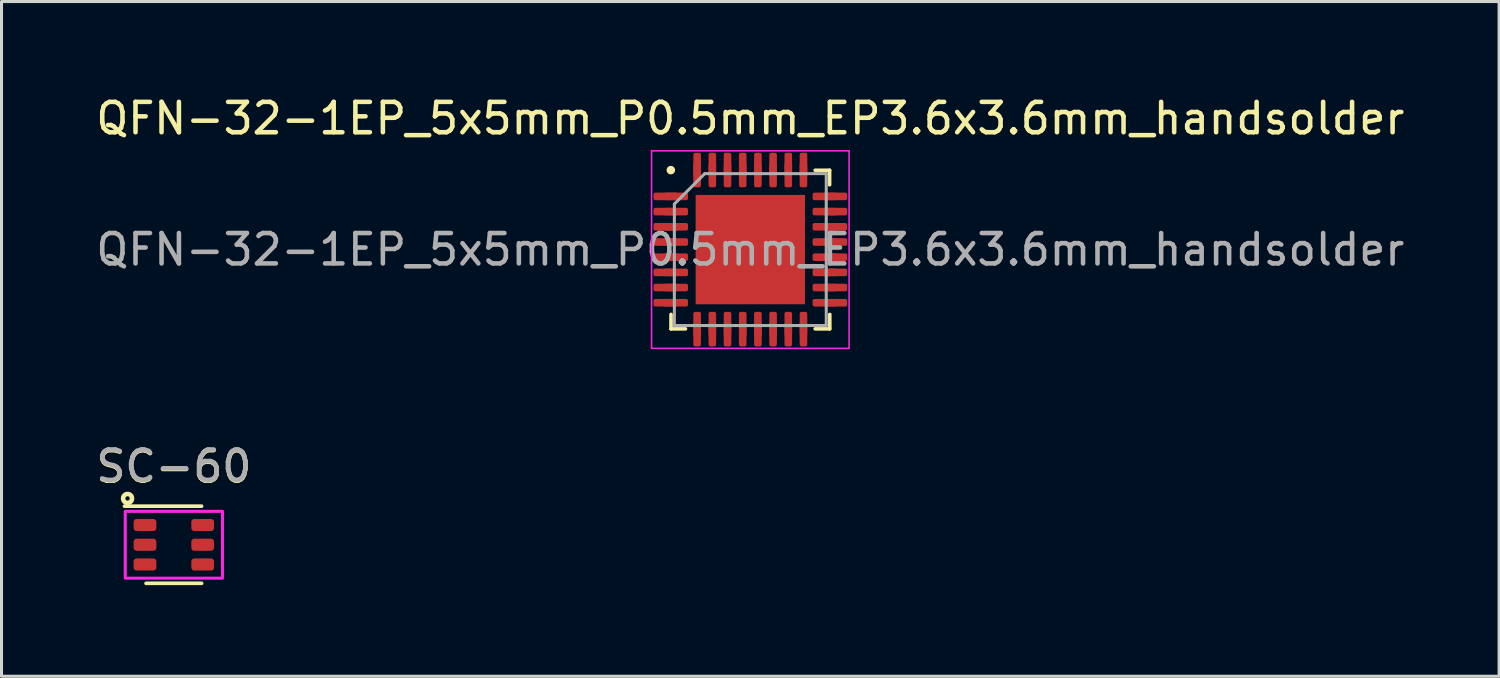
<source format=kicad_pcb>
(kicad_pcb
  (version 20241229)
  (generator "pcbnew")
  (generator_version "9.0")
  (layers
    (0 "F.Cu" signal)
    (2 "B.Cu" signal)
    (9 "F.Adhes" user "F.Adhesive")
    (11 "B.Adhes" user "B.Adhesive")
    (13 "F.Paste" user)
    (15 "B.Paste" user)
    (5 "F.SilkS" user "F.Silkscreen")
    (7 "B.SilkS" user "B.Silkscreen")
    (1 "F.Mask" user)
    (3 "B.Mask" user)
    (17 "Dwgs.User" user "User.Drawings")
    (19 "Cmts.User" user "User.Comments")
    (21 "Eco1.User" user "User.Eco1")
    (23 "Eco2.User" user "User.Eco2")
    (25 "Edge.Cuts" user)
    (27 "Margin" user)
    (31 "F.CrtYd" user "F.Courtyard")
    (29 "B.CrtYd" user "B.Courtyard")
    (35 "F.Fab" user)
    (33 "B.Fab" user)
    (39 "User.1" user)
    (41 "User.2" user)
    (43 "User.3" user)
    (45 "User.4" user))
  (footprint "QFN-32-1EP_5x5mm_P0.5mm_EP3.6x3.6mm_handsolder"
    (layer "F.Cu")
    (at 21.649 5.166)
    (property "Reference" "QFN-32-1EP_5x5mm_P0.5mm_EP3.6x3.6mm_handsolder" (at 0 -4.318 0) (layer "F.SilkS") (effects (font (size 1 1) (thickness 0.15))))
    (attr smd)
    (fp_line (start -2.61 2.61) (end -2.61 2.135) (stroke (width 0.12) (type solid)) (layer "F.SilkS"))
    (fp_line (start -2.135 2.61) (end -2.61 2.61) (stroke (width 0.12) (type solid)) (layer "F.SilkS"))
    (fp_line (start 2.135 -2.61) (end 2.61 -2.61) (stroke (width 0.12) (type solid)) (layer "F.SilkS"))
    (fp_line (start 2.135 2.61) (end 2.61 2.61) (stroke (width 0.12) (type solid)) (layer "F.SilkS"))
    (fp_line (start 2.61 -2.61) (end 2.61 -2.135) (stroke (width 0.12) (type solid)) (layer "F.SilkS"))
    (fp_line (start 2.616 2.61) (end 2.616 2.135) (stroke (width 0.12) (type solid)) (layer "F.SilkS"))
    (fp_circle (center -2.616 -2.616) (end -2.54 -2.591) (stroke (width 0.12) (type solid)) (fill yes) (layer "F.SilkS"))
    (fp_line (start -3.251 -3.251) (end -3.251 3.251) (stroke (width 0.05) (type solid)) (layer "F.CrtYd"))
    (fp_line (start -3.251 3.251) (end 3.251 3.251) (stroke (width 0.05) (type solid)) (layer "F.CrtYd"))
    (fp_line (start 3.251 -3.251) (end -3.251 -3.251) (stroke (width 0.05) (type solid)) (layer "F.CrtYd"))
    (fp_line (start 3.251 3.251) (end 3.251 -3.251) (stroke (width 0.05) (type solid)) (layer "F.CrtYd"))
    (fp_line (start -2.5 -1.5) (end -1.5 -2.5) (stroke (width 0.1) (type solid)) (layer "F.Fab"))
    (fp_line (start -2.5 2.5) (end -2.5 -1.5) (stroke (width 0.1) (type solid)) (layer "F.Fab"))
    (fp_line (start -1.5 -2.5) (end 2.5 -2.5) (stroke (width 0.1) (type solid)) (layer "F.Fab"))
    (fp_line (start 2.5 -2.5) (end 2.5 2.5) (stroke (width 0.1) (type solid)) (layer "F.Fab"))
    (fp_line (start 2.5 2.5) (end -2.5 2.5) (stroke (width 0.1) (type solid)) (layer "F.Fab"))
    (fp_text user "${REFERENCE}" (at 0 0 0) (layer "F.Fab") (effects (font (size 1 1) (thickness 0.15))))
    (pad "" smd roundrect (at -1.2 -1.2) (size 0.97 0.97) (layers "F.Paste") (roundrect_rratio 0.25))
    (pad "" smd roundrect (at -1.2 0) (size 0.97 0.97) (layers "F.Paste") (roundrect_rratio 0.25))
    (pad "" smd roundrect (at -1.2 1.2) (size 0.97 0.97) (layers "F.Paste") (roundrect_rratio 0.25))
    (pad "" smd roundrect (at 0 -1.2) (size 0.97 0.97) (layers "F.Paste") (roundrect_rratio 0.25))
    (pad "" smd roundrect (at 0 0) (size 0.97 0.97) (layers "F.Paste") (roundrect_rratio 0.25))
    (pad "" smd roundrect (at 0 1.2) (size 0.97 0.97) (layers "F.Paste") (roundrect_rratio 0.25))
    (pad "" smd roundrect (at 1.2 -1.2) (size 0.97 0.97) (layers "F.Paste") (roundrect_rratio 0.25))
    (pad "" smd roundrect (at 1.2 0) (size 0.97 0.97) (layers "F.Paste") (roundrect_rratio 0.25))
    (pad "" smd roundrect (at 1.2 1.2) (size 0.97 0.97) (layers "F.Paste") (roundrect_rratio 0.25))
    (pad "1" smd roundrect (at -2.788 -1.75) (size 0.8 0.25) (layers "F.Cu" "F.Mask" "F.Paste") (roundrect_rratio 0.25))
    (pad "1" smd roundrect (at -2.45 -1.75) (size 0.8 0.25) (layers "F.Cu" "F.Mask" "F.Paste") (roundrect_rratio 0.25))
    (pad "2" smd roundrect (at -2.788 -1.25) (size 0.8 0.25) (layers "F.Cu" "F.Mask" "F.Paste") (roundrect_rratio 0.25))
    (pad "2" smd roundrect (at -2.45 -1.25) (size 0.8 0.25) (layers "F.Cu" "F.Mask" "F.Paste") (roundrect_rratio 0.25))
    (pad "3" smd roundrect (at -2.788 -0.75) (size 0.8 0.25) (layers "F.Cu" "F.Mask" "F.Paste") (roundrect_rratio 0.25))
    (pad "3" smd roundrect (at -2.45 -0.75) (size 0.8 0.25) (layers "F.Cu" "F.Mask" "F.Paste") (roundrect_rratio 0.25))
    (pad "4" smd roundrect (at -2.788 -0.25) (size 0.8 0.25) (layers "F.Cu" "F.Mask" "F.Paste") (roundrect_rratio 0.25))
    (pad "4" smd roundrect (at -2.45 -0.25) (size 0.8 0.25) (layers "F.Cu" "F.Mask" "F.Paste") (roundrect_rratio 0.25))
    (pad "5" smd roundrect (at -2.788 0.25) (size 0.8 0.25) (layers "F.Cu" "F.Mask" "F.Paste") (roundrect_rratio 0.25))
    (pad "5" smd roundrect (at -2.45 0.25) (size 0.8 0.25) (layers "F.Cu" "F.Mask" "F.Paste") (roundrect_rratio 0.25))
    (pad "6" smd roundrect (at -2.788 0.75) (size 0.8 0.25) (layers "F.Cu" "F.Mask" "F.Paste") (roundrect_rratio 0.25))
    (pad "6" smd roundrect (at -2.45 0.75) (size 0.8 0.25) (layers "F.Cu" "F.Mask" "F.Paste") (roundrect_rratio 0.25))
    (pad "7" smd roundrect (at -2.788 1.25) (size 0.8 0.25) (layers "F.Cu" "F.Mask" "F.Paste") (roundrect_rratio 0.25))
    (pad "7" smd roundrect (at -2.45 1.25) (size 0.8 0.25) (layers "F.Cu" "F.Mask" "F.Paste") (roundrect_rratio 0.25))
    (pad "8" smd roundrect (at -2.788 1.75) (size 0.8 0.25) (layers "F.Cu" "F.Mask" "F.Paste") (roundrect_rratio 0.25))
    (pad "8" smd roundrect (at -2.45 1.75) (size 0.8 0.25) (layers "F.Cu" "F.Mask" "F.Paste") (roundrect_rratio 0.25))
    (pad "9" smd roundrect (at -1.75 2.45) (size 0.25 0.8) (layers "F.Cu" "F.Mask" "F.Paste") (roundrect_rratio 0.25))
    (pad "9" smd roundrect (at -1.75 2.788) (size 0.25 0.8) (layers "F.Cu" "F.Mask" "F.Paste") (roundrect_rratio 0.25))
    (pad "10" smd roundrect (at -1.25 2.45) (size 0.25 0.8) (layers "F.Cu" "F.Mask" "F.Paste") (roundrect_rratio 0.25))
    (pad "10" smd roundrect (at -1.25 2.788) (size 0.25 0.8) (layers "F.Cu" "F.Mask" "F.Paste") (roundrect_rratio 0.25))
    (pad "11" smd roundrect (at -0.75 2.45) (size 0.25 0.8) (layers "F.Cu" "F.Mask" "F.Paste") (roundrect_rratio 0.25))
    (pad "11" smd roundrect (at -0.75 2.788) (size 0.25 0.8) (layers "F.Cu" "F.Mask" "F.Paste") (roundrect_rratio 0.25))
    (pad "12" smd roundrect (at -0.25 2.45) (size 0.25 0.8) (layers "F.Cu" "F.Mask" "F.Paste") (roundrect_rratio 0.25))
    (pad "12" smd roundrect (at -0.25 2.788) (size 0.25 0.8) (layers "F.Cu" "F.Mask" "F.Paste") (roundrect_rratio 0.25))
    (pad "13" smd roundrect (at 0.25 2.45) (size 0.25 0.8) (layers "F.Cu" "F.Mask" "F.Paste") (roundrect_rratio 0.25))
    (pad "13" smd roundrect (at 0.25 2.788) (size 0.25 0.8) (layers "F.Cu" "F.Mask" "F.Paste") (roundrect_rratio 0.25))
    (pad "14" smd roundrect (at 0.75 2.45) (size 0.25 0.8) (layers "F.Cu" "F.Mask" "F.Paste") (roundrect_rratio 0.25))
    (pad "14" smd roundrect (at 0.75 2.788) (size 0.25 0.8) (layers "F.Cu" "F.Mask" "F.Paste") (roundrect_rratio 0.25))
    (pad "15" smd roundrect (at 1.25 2.45) (size 0.25 0.8) (layers "F.Cu" "F.Mask" "F.Paste") (roundrect_rratio 0.25))
    (pad "15" smd roundrect (at 1.25 2.788) (size 0.25 0.8) (layers "F.Cu" "F.Mask" "F.Paste") (roundrect_rratio 0.25))
    (pad "16" smd roundrect (at 1.75 2.45) (size 0.25 0.8) (layers "F.Cu" "F.Mask" "F.Paste") (roundrect_rratio 0.25))
    (pad "16" smd roundrect (at 1.75 2.788) (size 0.25 0.8) (layers "F.Cu" "F.Mask" "F.Paste") (roundrect_rratio 0.25))
    (pad "17" smd roundrect (at 2.45 1.75) (size 0.8 0.25) (layers "F.Cu" "F.Mask" "F.Paste") (roundrect_rratio 0.25))
    (pad "17" smd roundrect (at 2.788 1.75) (size 0.8 0.25) (layers "F.Cu" "F.Mask" "F.Paste") (roundrect_rratio 0.25))
    (pad "18" smd roundrect (at 2.45 1.25) (size 0.8 0.25) (layers "F.Cu" "F.Mask" "F.Paste") (roundrect_rratio 0.25))
    (pad "18" smd roundrect (at 2.788 1.25) (size 0.8 0.25) (layers "F.Cu" "F.Mask" "F.Paste") (roundrect_rratio 0.25))
    (pad "19" smd roundrect (at 2.45 0.75) (size 0.8 0.25) (layers "F.Cu" "F.Mask" "F.Paste") (roundrect_rratio 0.25))
    (pad "19" smd roundrect (at 2.788 0.75) (size 0.8 0.25) (layers "F.Cu" "F.Mask" "F.Paste") (roundrect_rratio 0.25))
    (pad "20" smd roundrect (at 2.45 0.25) (size 0.8 0.25) (layers "F.Cu" "F.Mask" "F.Paste") (roundrect_rratio 0.25))
    (pad "20" smd roundrect (at 2.788 0.25) (size 0.8 0.25) (layers "F.Cu" "F.Mask" "F.Paste") (roundrect_rratio 0.25))
    (pad "21" smd roundrect (at 2.45 -0.25) (size 0.8 0.25) (layers "F.Cu" "F.Mask" "F.Paste") (roundrect_rratio 0.25))
    (pad "21" smd roundrect (at 2.788 -0.25) (size 0.8 0.25) (layers "F.Cu" "F.Mask" "F.Paste") (roundrect_rratio 0.25))
    (pad "22" smd roundrect (at 2.45 -0.75) (size 0.8 0.25) (layers "F.Cu" "F.Mask" "F.Paste") (roundrect_rratio 0.25))
    (pad "22" smd roundrect (at 2.788 -0.75) (size 0.8 0.25) (layers "F.Cu" "F.Mask" "F.Paste") (roundrect_rratio 0.25))
    (pad "23" smd roundrect (at 2.45 -1.25) (size 0.8 0.25) (layers "F.Cu" "F.Mask" "F.Paste") (roundrect_rratio 0.25))
    (pad "23" smd roundrect (at 2.788 -1.25) (size 0.8 0.25) (layers "F.Cu" "F.Mask" "F.Paste") (roundrect_rratio 0.25))
    (pad "24" smd roundrect (at 2.45 -1.75) (size 0.8 0.25) (layers "F.Cu" "F.Mask" "F.Paste") (roundrect_rratio 0.25))
    (pad "24" smd roundrect (at 2.788 -1.75) (size 0.8 0.25) (layers "F.Cu" "F.Mask" "F.Paste") (roundrect_rratio 0.25))
    (pad "25" smd roundrect (at 1.75 -2.788) (size 0.25 0.8) (layers "F.Cu" "F.Mask" "F.Paste") (roundrect_rratio 0.25))
    (pad "25" smd roundrect (at 1.75 -2.45) (size 0.25 0.8) (layers "F.Cu" "F.Mask" "F.Paste") (roundrect_rratio 0.25))
    (pad "26" smd roundrect (at 1.25 -2.788) (size 0.25 0.8) (layers "F.Cu" "F.Mask" "F.Paste") (roundrect_rratio 0.25))
    (pad "26" smd roundrect (at 1.25 -2.45) (size 0.25 0.8) (layers "F.Cu" "F.Mask" "F.Paste") (roundrect_rratio 0.25))
    (pad "27" smd roundrect (at 0.75 -2.788) (size 0.25 0.8) (layers "F.Cu" "F.Mask" "F.Paste") (roundrect_rratio 0.25))
    (pad "27" smd roundrect (at 0.75 -2.45) (size 0.25 0.8) (layers "F.Cu" "F.Mask" "F.Paste") (roundrect_rratio 0.25))
    (pad "28" smd roundrect (at 0.25 -2.788) (size 0.25 0.8) (layers "F.Cu" "F.Mask" "F.Paste") (roundrect_rratio 0.25))
    (pad "28" smd roundrect (at 0.25 -2.45) (size 0.25 0.8) (layers "F.Cu" "F.Mask" "F.Paste") (roundrect_rratio 0.25))
    (pad "29" smd roundrect (at -0.25 -2.788) (size 0.25 0.8) (layers "F.Cu" "F.Mask" "F.Paste") (roundrect_rratio 0.25))
    (pad "29" smd roundrect (at -0.25 -2.45) (size 0.25 0.8) (layers "F.Cu" "F.Mask" "F.Paste") (roundrect_rratio 0.25))
    (pad "30" smd roundrect (at -0.75 -2.788) (size 0.25 0.8) (layers "F.Cu" "F.Mask" "F.Paste") (roundrect_rratio 0.25))
    (pad "30" smd roundrect (at -0.75 -2.45) (size 0.25 0.8) (layers "F.Cu" "F.Mask" "F.Paste") (roundrect_rratio 0.25))
    (pad "31" smd roundrect (at -1.25 -2.788) (size 0.25 0.8) (layers "F.Cu" "F.Mask" "F.Paste") (roundrect_rratio 0.25))
    (pad "31" smd roundrect (at -1.25 -2.45) (size 0.25 0.8) (layers "F.Cu" "F.Mask" "F.Paste") (roundrect_rratio 0.25))
    (pad "32" smd roundrect (at -1.75 -2.788) (size 0.25 0.8) (layers "F.Cu" "F.Mask" "F.Paste") (roundrect_rratio 0.25))
    (pad "32" smd roundrect (at -1.75 -2.45) (size 0.25 0.8) (layers "F.Cu" "F.Mask" "F.Paste") (roundrect_rratio 0.25))
    (pad "33" smd rect (at 0 0) (size 3.6 3.6) (layers "F.Cu" "F.Mask")))
  (footprint "SC-60"
    (layer "F.Cu")
    (at 2.673 14.882)
    (property "Reference" "SC-60" (at 0 -2.567 0) (unlocked yes) (layer "F.SilkS") (effects (font (size 1 1) (thickness 0.15))))
    (attr smd)
    (fp_line (start 0.914 -1.27) (end -1.626 -1.27) (stroke (width 0.12) (type solid)) (layer "F.SilkS"))
    (fp_line (start 0.914 1.27) (end -0.914 1.27) (stroke (width 0.12) (type solid)) (layer "F.SilkS"))
    (fp_circle (center -1.524 -1.524) (end -1.452 -1.524) (stroke (width 0.15) (type solid)) (fill no) (layer "F.SilkS"))
    (fp_rect (start -1.6 -1.1) (end 1.6 1.1) (stroke (width 0.1) (type solid)) (fill no) (layer "F.CrtYd"))
    (fp_text user "${REFERENCE}" (at 0 -2.591 0) (unlocked yes) (layer "F.Fab") (effects (font (size 1 1) (thickness 0.15))))
    (pad "1" smd roundrect (at -0.95 -0.65) (size 0.75 0.4) (layers "F.Cu" "F.Mask" "F.Paste") (roundrect_rratio 0.25))
    (pad "2" smd roundrect (at -0.95 0) (size 0.75 0.4) (layers "F.Cu" "F.Mask" "F.Paste") (roundrect_rratio 0.25))
    (pad "3" smd roundrect (at -0.95 0.65) (size 0.75 0.4) (layers "F.Cu" "F.Mask" "F.Paste") (roundrect_rratio 0.25))
    (pad "4" smd roundrect (at 0.95 0.65) (size 0.75 0.4) (layers "F.Cu" "F.Mask" "F.Paste") (roundrect_rratio 0.25))
    (pad "5" smd roundrect (at 0.95 0) (size 0.75 0.4) (layers "F.Cu" "F.Mask" "F.Paste") (roundrect_rratio 0.25))
    (pad "6" smd roundrect (at 0.95 -0.65) (size 0.75 0.4) (layers "F.Cu" "F.Mask" "F.Paste") (roundrect_rratio 0.25)))
  (gr_rect
    (start -3 -3)
    (end 46.298 19.212)
    (stroke (width 0.1) (type default))
    (fill no)
    (layer "Edge.Cuts")))
</source>
